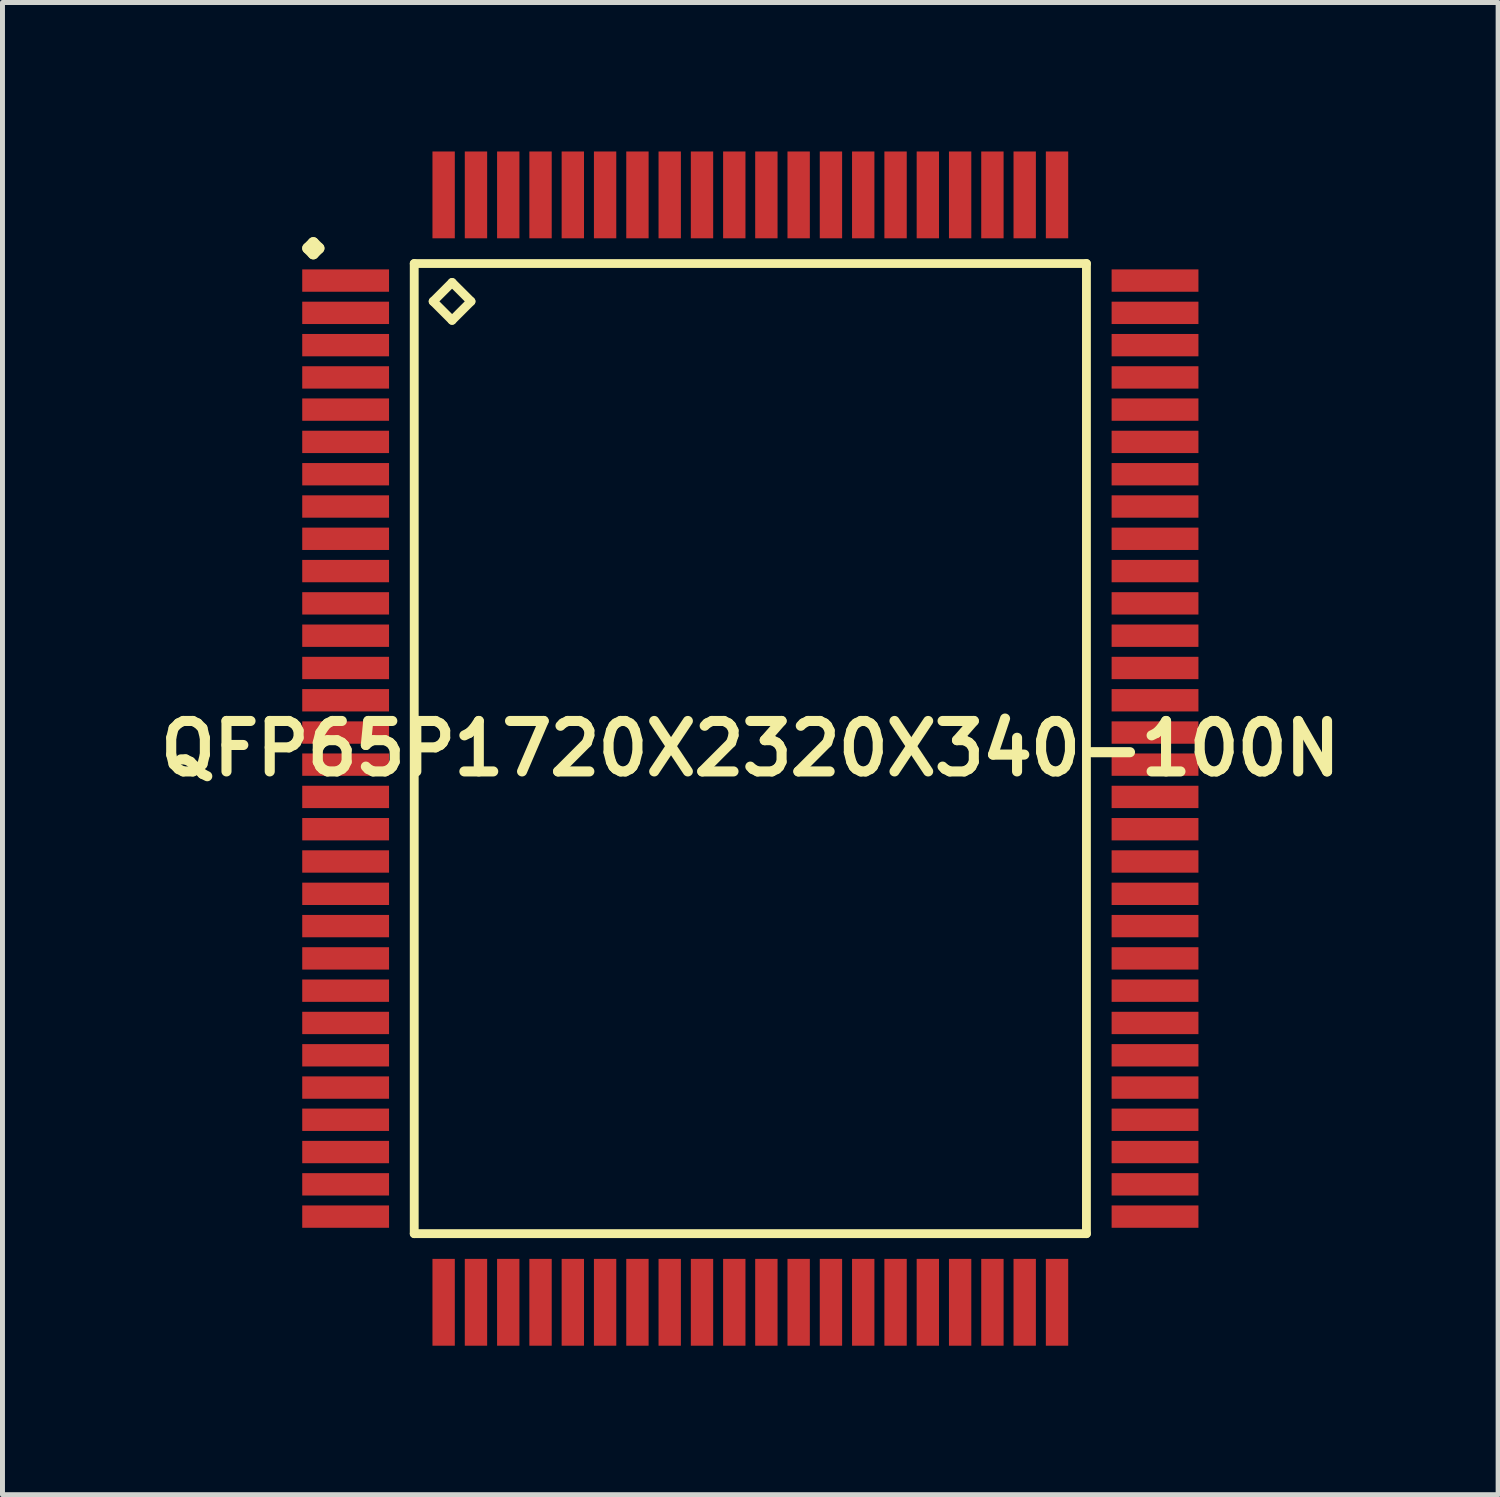
<source format=kicad_pcb>
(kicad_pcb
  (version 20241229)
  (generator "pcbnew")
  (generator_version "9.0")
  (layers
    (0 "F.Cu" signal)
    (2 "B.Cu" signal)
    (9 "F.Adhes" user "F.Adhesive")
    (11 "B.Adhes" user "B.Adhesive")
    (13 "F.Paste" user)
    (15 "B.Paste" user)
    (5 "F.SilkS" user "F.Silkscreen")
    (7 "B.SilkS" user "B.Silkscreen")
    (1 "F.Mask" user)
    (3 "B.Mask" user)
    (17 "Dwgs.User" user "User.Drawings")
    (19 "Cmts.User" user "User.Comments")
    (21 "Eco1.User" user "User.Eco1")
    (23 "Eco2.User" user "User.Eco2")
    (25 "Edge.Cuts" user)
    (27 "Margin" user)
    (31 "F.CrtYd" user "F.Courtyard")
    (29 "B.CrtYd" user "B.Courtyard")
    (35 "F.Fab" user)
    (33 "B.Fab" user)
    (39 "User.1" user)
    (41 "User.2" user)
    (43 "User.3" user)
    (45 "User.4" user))
  (footprint "QFP65P1720X2320X340-100N"
    (layer "F.Cu")
    (at 12.057 12.022)
    (property "Reference" "QFP65P1720X2320X340-100N" (at 0 0 0) (layer "F.SilkS") (effects (font (size 1.016 1.016) (thickness 0.203))))
    (attr smd)
    (fp_line (start -8.91 -10.074) (end -8.799 -10.185) (stroke (width 0.224) (type solid)) (layer "F.SilkS"))
    (fp_line (start -8.799 -10.185) (end -8.687 -10.074) (stroke (width 0.224) (type solid)) (layer "F.SilkS"))
    (fp_line (start -8.799 -9.962) (end -8.91 -10.074) (stroke (width 0.224) (type solid)) (layer "F.SilkS"))
    (fp_line (start -8.687 -10.074) (end -8.799 -9.962) (stroke (width 0.224) (type solid)) (layer "F.SilkS"))
    (fp_line (start -6.767 -9.766) (end -6.767 9.766) (stroke (width 0.178) (type solid)) (layer "F.SilkS"))
    (fp_line (start -6.767 9.766) (end 6.767 9.766) (stroke (width 0.178) (type solid)) (layer "F.SilkS"))
    (fp_line (start -6.386 -9.004) (end -6.005 -9.385) (stroke (width 0.178) (type solid)) (layer "F.SilkS"))
    (fp_line (start -6.005 -9.385) (end -5.624 -9.004) (stroke (width 0.178) (type solid)) (layer "F.SilkS"))
    (fp_line (start -6.005 -8.623) (end -6.386 -9.004) (stroke (width 0.178) (type solid)) (layer "F.SilkS"))
    (fp_line (start -5.624 -9.004) (end -6.005 -8.623) (stroke (width 0.178) (type solid)) (layer "F.SilkS"))
    (fp_line (start 6.767 -9.766) (end -6.767 -9.766) (stroke (width 0.178) (type solid)) (layer "F.SilkS"))
    (fp_line (start 6.767 9.766) (end 6.767 -9.766) (stroke (width 0.178) (type solid)) (layer "F.SilkS"))
    (pad "1" smd rect (at -8.148 -9.423) (size 1.748 0.45) (layers "F.Cu" "F.Mask" "F.Paste"))
    (pad "2" smd rect (at -8.148 -8.773) (size 1.748 0.45) (layers "F.Cu" "F.Mask" "F.Paste"))
    (pad "3" smd rect (at -8.148 -8.123) (size 1.748 0.45) (layers "F.Cu" "F.Mask" "F.Paste"))
    (pad "4" smd rect (at -8.148 -7.473) (size 1.748 0.45) (layers "F.Cu" "F.Mask" "F.Paste"))
    (pad "5" smd rect (at -8.148 -6.825) (size 1.748 0.45) (layers "F.Cu" "F.Mask" "F.Paste"))
    (pad "6" smd rect (at -8.148 -6.175) (size 1.748 0.45) (layers "F.Cu" "F.Mask" "F.Paste"))
    (pad "7" smd rect (at -8.148 -5.524) (size 1.748 0.45) (layers "F.Cu" "F.Mask" "F.Paste"))
    (pad "8" smd rect (at -8.148 -4.874) (size 1.748 0.45) (layers "F.Cu" "F.Mask" "F.Paste"))
    (pad "9" smd rect (at -8.148 -4.224) (size 1.748 0.45) (layers "F.Cu" "F.Mask" "F.Paste"))
    (pad "10" smd rect (at -8.148 -3.574) (size 1.748 0.45) (layers "F.Cu" "F.Mask" "F.Paste"))
    (pad "11" smd rect (at -8.148 -2.924) (size 1.748 0.45) (layers "F.Cu" "F.Mask" "F.Paste"))
    (pad "12" smd rect (at -8.148 -2.273) (size 1.748 0.45) (layers "F.Cu" "F.Mask" "F.Paste"))
    (pad "13" smd rect (at -8.148 -1.623) (size 1.748 0.45) (layers "F.Cu" "F.Mask" "F.Paste"))
    (pad "14" smd rect (at -8.148 -0.973) (size 1.748 0.45) (layers "F.Cu" "F.Mask" "F.Paste"))
    (pad "15" smd rect (at -8.148 -0.323) (size 1.748 0.45) (layers "F.Cu" "F.Mask" "F.Paste"))
    (pad "16" smd rect (at -8.148 0.323) (size 1.748 0.45) (layers "F.Cu" "F.Mask" "F.Paste"))
    (pad "17" smd rect (at -8.148 0.973) (size 1.748 0.45) (layers "F.Cu" "F.Mask" "F.Paste"))
    (pad "18" smd rect (at -8.148 1.623) (size 1.748 0.45) (layers "F.Cu" "F.Mask" "F.Paste"))
    (pad "19" smd rect (at -8.148 2.273) (size 1.748 0.45) (layers "F.Cu" "F.Mask" "F.Paste"))
    (pad "20" smd rect (at -8.148 2.924) (size 1.748 0.45) (layers "F.Cu" "F.Mask" "F.Paste"))
    (pad "21" smd rect (at -8.148 3.574) (size 1.748 0.45) (layers "F.Cu" "F.Mask" "F.Paste"))
    (pad "22" smd rect (at -8.148 4.224) (size 1.748 0.45) (layers "F.Cu" "F.Mask" "F.Paste"))
    (pad "23" smd rect (at -8.148 4.874) (size 1.748 0.45) (layers "F.Cu" "F.Mask" "F.Paste"))
    (pad "24" smd rect (at -8.148 5.524) (size 1.748 0.45) (layers "F.Cu" "F.Mask" "F.Paste"))
    (pad "25" smd rect (at -8.148 6.175) (size 1.748 0.45) (layers "F.Cu" "F.Mask" "F.Paste"))
    (pad "26" smd rect (at -8.148 6.825) (size 1.748 0.45) (layers "F.Cu" "F.Mask" "F.Paste"))
    (pad "27" smd rect (at -8.148 7.473) (size 1.748 0.45) (layers "F.Cu" "F.Mask" "F.Paste"))
    (pad "28" smd rect (at -8.148 8.123) (size 1.748 0.45) (layers "F.Cu" "F.Mask" "F.Paste"))
    (pad "29" smd rect (at -8.148 8.773) (size 1.748 0.45) (layers "F.Cu" "F.Mask" "F.Paste"))
    (pad "30" smd rect (at -8.148 9.423) (size 1.748 0.45) (layers "F.Cu" "F.Mask" "F.Paste"))
    (pad "31" smd rect (at -6.175 11.148) (size 0.45 1.748) (layers "F.Cu" "F.Mask" "F.Paste"))
    (pad "32" smd rect (at -5.524 11.148) (size 0.45 1.748) (layers "F.Cu" "F.Mask" "F.Paste"))
    (pad "33" smd rect (at -4.874 11.148) (size 0.45 1.748) (layers "F.Cu" "F.Mask" "F.Paste"))
    (pad "34" smd rect (at -4.224 11.148) (size 0.45 1.748) (layers "F.Cu" "F.Mask" "F.Paste"))
    (pad "35" smd rect (at -3.574 11.148) (size 0.45 1.748) (layers "F.Cu" "F.Mask" "F.Paste"))
    (pad "36" smd rect (at -2.924 11.148) (size 0.45 1.748) (layers "F.Cu" "F.Mask" "F.Paste"))
    (pad "37" smd rect (at -2.273 11.148) (size 0.45 1.748) (layers "F.Cu" "F.Mask" "F.Paste"))
    (pad "38" smd rect (at -1.623 11.148) (size 0.45 1.748) (layers "F.Cu" "F.Mask" "F.Paste"))
    (pad "39" smd rect (at -0.973 11.148) (size 0.45 1.748) (layers "F.Cu" "F.Mask" "F.Paste"))
    (pad "40" smd rect (at -0.323 11.148) (size 0.45 1.748) (layers "F.Cu" "F.Mask" "F.Paste"))
    (pad "41" smd rect (at 0.323 11.148) (size 0.45 1.748) (layers "F.Cu" "F.Mask" "F.Paste"))
    (pad "42" smd rect (at 0.973 11.148) (size 0.45 1.748) (layers "F.Cu" "F.Mask" "F.Paste"))
    (pad "43" smd rect (at 1.623 11.148) (size 0.45 1.748) (layers "F.Cu" "F.Mask" "F.Paste"))
    (pad "44" smd rect (at 2.273 11.148) (size 0.45 1.748) (layers "F.Cu" "F.Mask" "F.Paste"))
    (pad "45" smd rect (at 2.924 11.148) (size 0.45 1.748) (layers "F.Cu" "F.Mask" "F.Paste"))
    (pad "46" smd rect (at 3.574 11.148) (size 0.45 1.748) (layers "F.Cu" "F.Mask" "F.Paste"))
    (pad "47" smd rect (at 4.224 11.148) (size 0.45 1.748) (layers "F.Cu" "F.Mask" "F.Paste"))
    (pad "48" smd rect (at 4.874 11.148) (size 0.45 1.748) (layers "F.Cu" "F.Mask" "F.Paste"))
    (pad "49" smd rect (at 5.524 11.148) (size 0.45 1.748) (layers "F.Cu" "F.Mask" "F.Paste"))
    (pad "50" smd rect (at 6.175 11.148) (size 0.45 1.748) (layers "F.Cu" "F.Mask" "F.Paste"))
    (pad "51" smd rect (at 8.148 9.423) (size 1.748 0.45) (layers "F.Cu" "F.Mask" "F.Paste"))
    (pad "52" smd rect (at 8.148 8.773) (size 1.748 0.45) (layers "F.Cu" "F.Mask" "F.Paste"))
    (pad "53" smd rect (at 8.148 8.123) (size 1.748 0.45) (layers "F.Cu" "F.Mask" "F.Paste"))
    (pad "54" smd rect (at 8.148 7.473) (size 1.748 0.45) (layers "F.Cu" "F.Mask" "F.Paste"))
    (pad "55" smd rect (at 8.148 6.825) (size 1.748 0.45) (layers "F.Cu" "F.Mask" "F.Paste"))
    (pad "56" smd rect (at 8.148 6.175) (size 1.748 0.45) (layers "F.Cu" "F.Mask" "F.Paste"))
    (pad "57" smd rect (at 8.148 5.524) (size 1.748 0.45) (layers "F.Cu" "F.Mask" "F.Paste"))
    (pad "58" smd rect (at 8.148 4.874) (size 1.748 0.45) (layers "F.Cu" "F.Mask" "F.Paste"))
    (pad "59" smd rect (at 8.148 4.224) (size 1.748 0.45) (layers "F.Cu" "F.Mask" "F.Paste"))
    (pad "60" smd rect (at 8.148 3.574) (size 1.748 0.45) (layers "F.Cu" "F.Mask" "F.Paste"))
    (pad "61" smd rect (at 8.148 2.924) (size 1.748 0.45) (layers "F.Cu" "F.Mask" "F.Paste"))
    (pad "62" smd rect (at 8.148 2.273) (size 1.748 0.45) (layers "F.Cu" "F.Mask" "F.Paste"))
    (pad "63" smd rect (at 8.148 1.623) (size 1.748 0.45) (layers "F.Cu" "F.Mask" "F.Paste"))
    (pad "64" smd rect (at 8.148 0.973) (size 1.748 0.45) (layers "F.Cu" "F.Mask" "F.Paste"))
    (pad "65" smd rect (at 8.148 0.323) (size 1.748 0.45) (layers "F.Cu" "F.Mask" "F.Paste"))
    (pad "66" smd rect (at 8.148 -0.323) (size 1.748 0.45) (layers "F.Cu" "F.Mask" "F.Paste"))
    (pad "67" smd rect (at 8.148 -0.973) (size 1.748 0.45) (layers "F.Cu" "F.Mask" "F.Paste"))
    (pad "68" smd rect (at 8.148 -1.623) (size 1.748 0.45) (layers "F.Cu" "F.Mask" "F.Paste"))
    (pad "69" smd rect (at 8.148 -2.273) (size 1.748 0.45) (layers "F.Cu" "F.Mask" "F.Paste"))
    (pad "70" smd rect (at 8.148 -2.924) (size 1.748 0.45) (layers "F.Cu" "F.Mask" "F.Paste"))
    (pad "71" smd rect (at 8.148 -3.574) (size 1.748 0.45) (layers "F.Cu" "F.Mask" "F.Paste"))
    (pad "72" smd rect (at 8.148 -4.224) (size 1.748 0.45) (layers "F.Cu" "F.Mask" "F.Paste"))
    (pad "73" smd rect (at 8.148 -4.874) (size 1.748 0.45) (layers "F.Cu" "F.Mask" "F.Paste"))
    (pad "74" smd rect (at 8.148 -5.524) (size 1.748 0.45) (layers "F.Cu" "F.Mask" "F.Paste"))
    (pad "75" smd rect (at 8.148 -6.175) (size 1.748 0.45) (layers "F.Cu" "F.Mask" "F.Paste"))
    (pad "76" smd rect (at 8.148 -6.825) (size 1.748 0.45) (layers "F.Cu" "F.Mask" "F.Paste"))
    (pad "77" smd rect (at 8.148 -7.473) (size 1.748 0.45) (layers "F.Cu" "F.Mask" "F.Paste"))
    (pad "78" smd rect (at 8.148 -8.123) (size 1.748 0.45) (layers "F.Cu" "F.Mask" "F.Paste"))
    (pad "79" smd rect (at 8.148 -8.773) (size 1.748 0.45) (layers "F.Cu" "F.Mask" "F.Paste"))
    (pad "80" smd rect (at 8.148 -9.423) (size 1.748 0.45) (layers "F.Cu" "F.Mask" "F.Paste"))
    (pad "81" smd rect (at 6.175 -11.148) (size 0.45 1.748) (layers "F.Cu" "F.Mask" "F.Paste"))
    (pad "82" smd rect (at 5.524 -11.148) (size 0.45 1.748) (layers "F.Cu" "F.Mask" "F.Paste"))
    (pad "83" smd rect (at 4.874 -11.148) (size 0.45 1.748) (layers "F.Cu" "F.Mask" "F.Paste"))
    (pad "84" smd rect (at 4.224 -11.148) (size 0.45 1.748) (layers "F.Cu" "F.Mask" "F.Paste"))
    (pad "85" smd rect (at 3.574 -11.148) (size 0.45 1.748) (layers "F.Cu" "F.Mask" "F.Paste"))
    (pad "86" smd rect (at 2.924 -11.148) (size 0.45 1.748) (layers "F.Cu" "F.Mask" "F.Paste"))
    (pad "87" smd rect (at 2.273 -11.148) (size 0.45 1.748) (layers "F.Cu" "F.Mask" "F.Paste"))
    (pad "88" smd rect (at 1.623 -11.148) (size 0.45 1.748) (layers "F.Cu" "F.Mask" "F.Paste"))
    (pad "89" smd rect (at 0.973 -11.148) (size 0.45 1.748) (layers "F.Cu" "F.Mask" "F.Paste"))
    (pad "90" smd rect (at 0.323 -11.148) (size 0.45 1.748) (layers "F.Cu" "F.Mask" "F.Paste"))
    (pad "91" smd rect (at -0.323 -11.148) (size 0.45 1.748) (layers "F.Cu" "F.Mask" "F.Paste"))
    (pad "92" smd rect (at -0.973 -11.148) (size 0.45 1.748) (layers "F.Cu" "F.Mask" "F.Paste"))
    (pad "93" smd rect (at -1.623 -11.148) (size 0.45 1.748) (layers "F.Cu" "F.Mask" "F.Paste"))
    (pad "94" smd rect (at -2.273 -11.148) (size 0.45 1.748) (layers "F.Cu" "F.Mask" "F.Paste"))
    (pad "95" smd rect (at -2.924 -11.148) (size 0.45 1.748) (layers "F.Cu" "F.Mask" "F.Paste"))
    (pad "96" smd rect (at -3.574 -11.148) (size 0.45 1.748) (layers "F.Cu" "F.Mask" "F.Paste"))
    (pad "97" smd rect (at -4.224 -11.148) (size 0.45 1.748) (layers "F.Cu" "F.Mask" "F.Paste"))
    (pad "98" smd rect (at -4.874 -11.148) (size 0.45 1.748) (layers "F.Cu" "F.Mask" "F.Paste"))
    (pad "99" smd rect (at -5.524 -11.148) (size 0.45 1.748) (layers "F.Cu" "F.Mask" "F.Paste"))
    (pad "100" smd rect (at -6.175 -11.148) (size 0.45 1.748) (layers "F.Cu" "F.Mask" "F.Paste")))
  (gr_rect
    (start -3 -3)
    (end 27.113 27.044)
    (stroke (width 0.1) (type default))
    (fill no)
    (layer "Edge.Cuts")))
</source>
